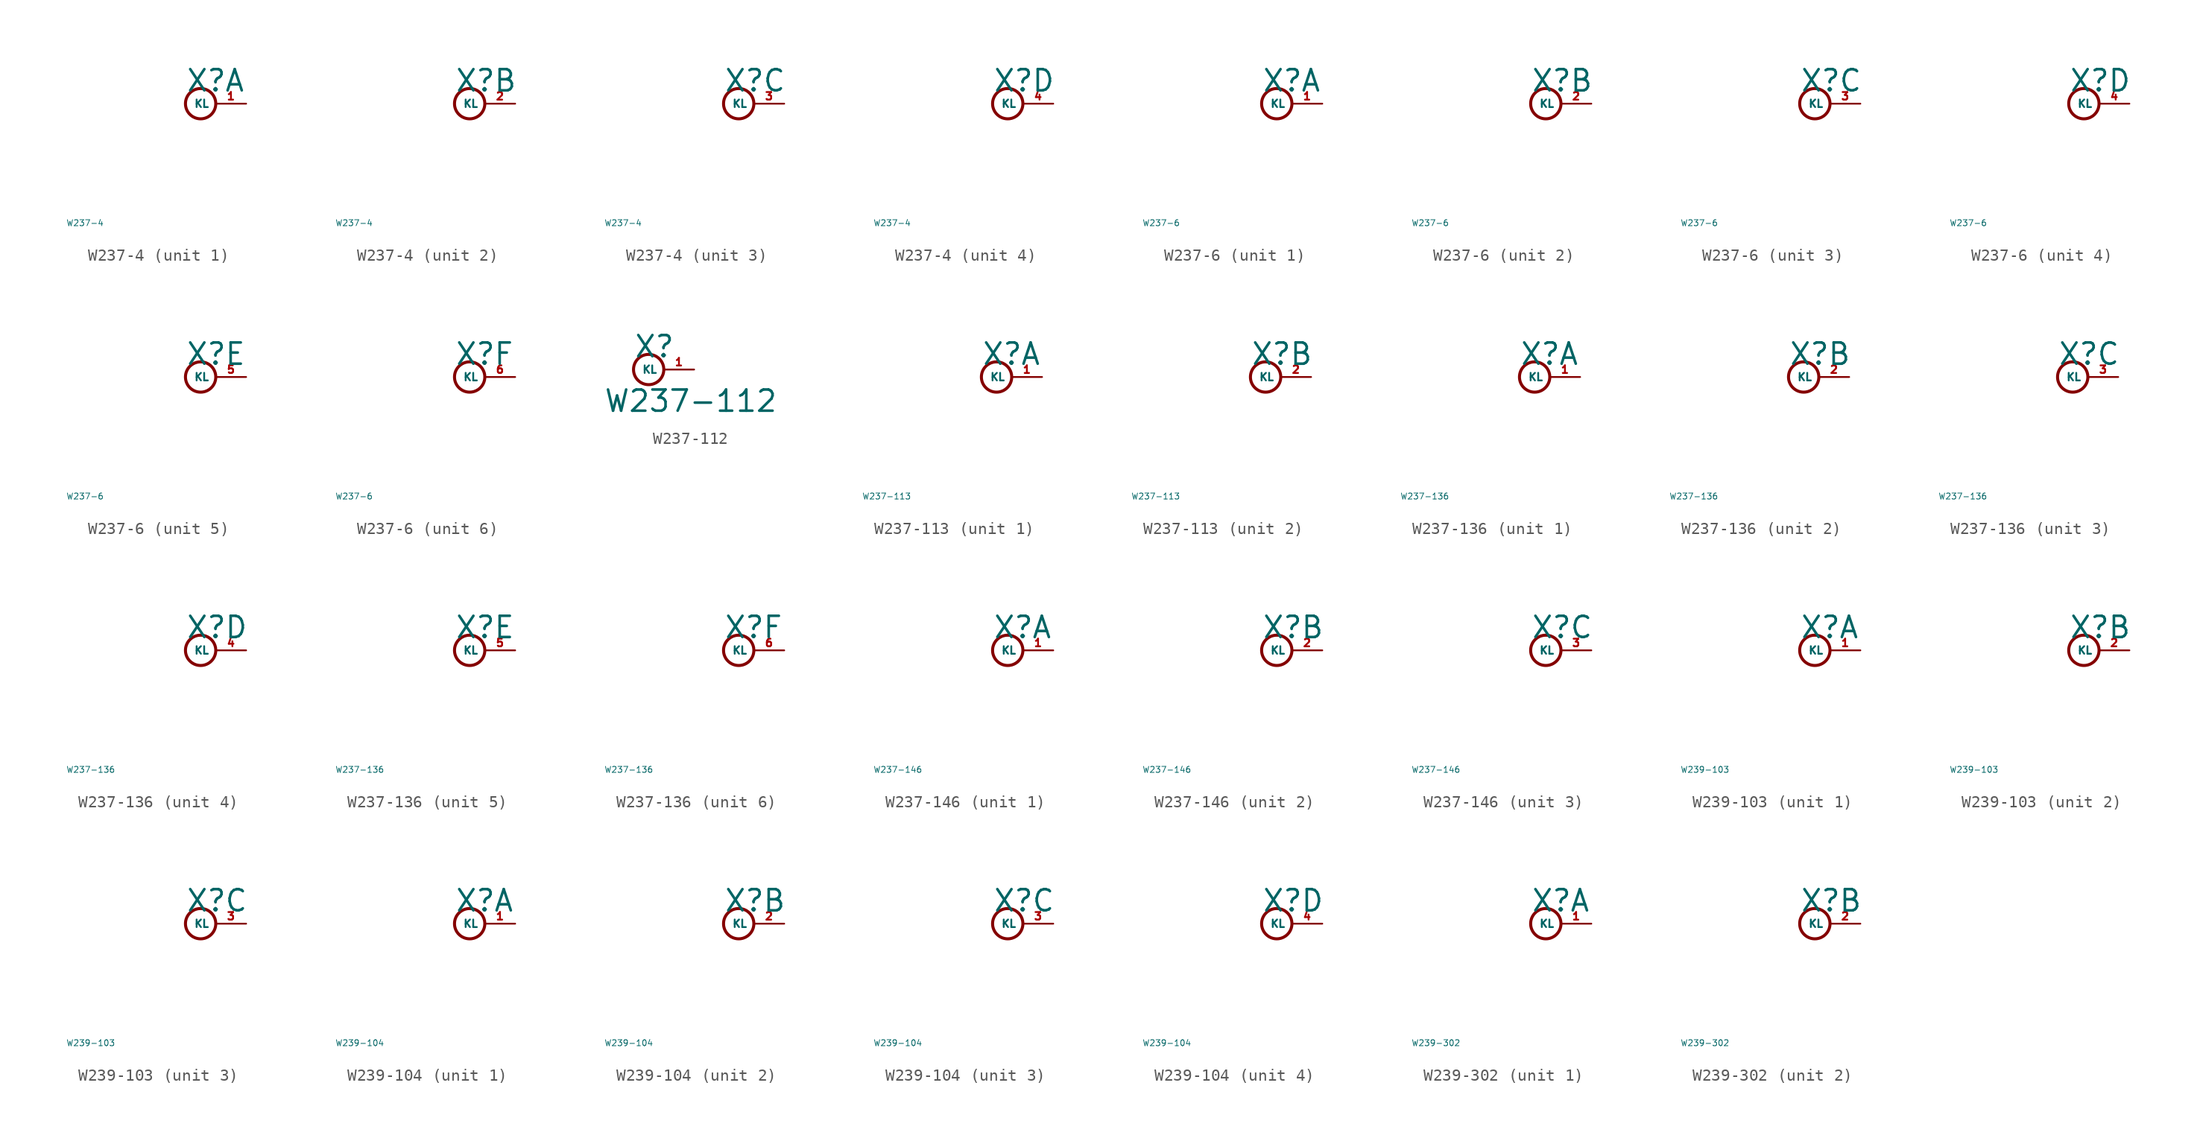
<source format=kicad_sym>
(kicad_symbol_lib
  (version 20220914)
  (generator Eagle2Kicad)
  (symbol "W237-4"
    (property "Reference" "X"
      (at 0 0.889 0)
      (effects (font (size 1.778 1.778) (thickness 0.22)) (justify left bottom)))
    (property "Value" "W237-4"
      (at -10 -10 0)
      (effects (font (size 0.5 0.5) (thickness 0.06)) (justify left)))
    (symbol "W237-4_1_0"
      (circle (center 1.27 0) (radius 1.27) (stroke (width 0.254) (type default)) (fill (type none)))
      (pin passive line (at 5.08 0 180) (length 2.54) (name "KL" (effects (font (size 0.635 0.635) (thickness 0.08)) (justify left bottom))) (number "1" (effects (font (size 0.635 0.635) (thickness 0.08)) (justify left bottom)))))
    (symbol "W237-4_2_0"
      (circle (center 1.27 0) (radius 1.27) (stroke (width 0.254) (type default)) (fill (type none)))
      (pin passive line (at 5.08 0 180) (length 2.54) (name "KL" (effects (font (size 0.635 0.635) (thickness 0.08)) (justify left bottom))) (number "2" (effects (font (size 0.635 0.635) (thickness 0.08)) (justify left bottom)))))
    (symbol "W237-4_3_0"
      (circle (center 1.27 0) (radius 1.27) (stroke (width 0.254) (type default)) (fill (type none)))
      (pin passive line (at 5.08 0 180) (length 2.54) (name "KL" (effects (font (size 0.635 0.635) (thickness 0.08)) (justify left bottom))) (number "3" (effects (font (size 0.635 0.635) (thickness 0.08)) (justify left bottom)))))
    (symbol "W237-4_4_0"
      (circle (center 1.27 0) (radius 1.27) (stroke (width 0.254) (type default)) (fill (type none)))
      (pin passive line (at 5.08 0 180) (length 2.54) (name "KL" (effects (font (size 0.635 0.635) (thickness 0.08)) (justify left bottom))) (number "4" (effects (font (size 0.635 0.635) (thickness 0.08)) (justify left bottom))))))
  (symbol "W237-6"
    (property "Reference" "X"
      (at 0 0.889 0)
      (effects (font (size 1.778 1.778) (thickness 0.22)) (justify left bottom)))
    (property "Value" "W237-6"
      (at -10 -10 0)
      (effects (font (size 0.5 0.5) (thickness 0.06)) (justify left)))
    (symbol "W237-6_1_0"
      (circle (center 1.27 0) (radius 1.27) (stroke (width 0.254) (type default)) (fill (type none)))
      (pin passive line (at 5.08 0 180) (length 2.54) (name "KL" (effects (font (size 0.635 0.635) (thickness 0.08)) (justify left bottom))) (number "1" (effects (font (size 0.635 0.635) (thickness 0.08)) (justify left bottom)))))
    (symbol "W237-6_2_0"
      (circle (center 1.27 0) (radius 1.27) (stroke (width 0.254) (type default)) (fill (type none)))
      (pin passive line (at 5.08 0 180) (length 2.54) (name "KL" (effects (font (size 0.635 0.635) (thickness 0.08)) (justify left bottom))) (number "2" (effects (font (size 0.635 0.635) (thickness 0.08)) (justify left bottom)))))
    (symbol "W237-6_3_0"
      (circle (center 1.27 0) (radius 1.27) (stroke (width 0.254) (type default)) (fill (type none)))
      (pin passive line (at 5.08 0 180) (length 2.54) (name "KL" (effects (font (size 0.635 0.635) (thickness 0.08)) (justify left bottom))) (number "3" (effects (font (size 0.635 0.635) (thickness 0.08)) (justify left bottom)))))
    (symbol "W237-6_4_0"
      (circle (center 1.27 0) (radius 1.27) (stroke (width 0.254) (type default)) (fill (type none)))
      (pin passive line (at 5.08 0 180) (length 2.54) (name "KL" (effects (font (size 0.635 0.635) (thickness 0.08)) (justify left bottom))) (number "4" (effects (font (size 0.635 0.635) (thickness 0.08)) (justify left bottom)))))
    (symbol "W237-6_5_0"
      (circle (center 1.27 0) (radius 1.27) (stroke (width 0.254) (type default)) (fill (type none)))
      (pin passive line (at 5.08 0 180) (length 2.54) (name "KL" (effects (font (size 0.635 0.635) (thickness 0.08)) (justify left bottom))) (number "5" (effects (font (size 0.635 0.635) (thickness 0.08)) (justify left bottom)))))
    (symbol "W237-6_6_0"
      (circle (center 1.27 0) (radius 1.27) (stroke (width 0.254) (type default)) (fill (type none)))
      (pin passive line (at 5.08 0 180) (length 2.54) (name "KL" (effects (font (size 0.635 0.635) (thickness 0.08)) (justify left bottom))) (number "6" (effects (font (size 0.635 0.635) (thickness 0.08)) (justify left bottom))))))
  (symbol "W237-112"
    (property "Reference" "X"
      (at 0 0.889 0)
      (effects (font (size 1.778 1.778) (thickness 0.22)) (justify left bottom)))
    (property "Value" "W237-112"
      (at -2.54 -3.683 0)
      (effects (font (size 1.778 1.778) (thickness 0.22)) (justify left bottom)))
    (circle
      (center 1.27 0)
      (radius 1.27)
      (stroke (width 0.254) (type default))
      (fill (type none)))
    (pin passive line
      (at 5.08 0 180)
      (length 2.54)
      (name "KL" (effects (font (size 0.635 0.635) (thickness 0.08)) (justify left bottom)))
      (number "1" (effects (font (size 0.635 0.635) (thickness 0.08)) (justify left bottom)))))
  (symbol "W237-113"
    (property "Reference" "X"
      (at 0 0.889 0)
      (effects (font (size 1.778 1.778) (thickness 0.22)) (justify left bottom)))
    (property "Value" "W237-113"
      (at -10 -10 0)
      (effects (font (size 0.5 0.5) (thickness 0.06)) (justify left)))
    (symbol "W237-113_1_0"
      (circle (center 1.27 0) (radius 1.27) (stroke (width 0.254) (type default)) (fill (type none)))
      (pin passive line (at 5.08 0 180) (length 2.54) (name "KL" (effects (font (size 0.635 0.635) (thickness 0.08)) (justify left bottom))) (number "1" (effects (font (size 0.635 0.635) (thickness 0.08)) (justify left bottom)))))
    (symbol "W237-113_2_0"
      (circle (center 1.27 0) (radius 1.27) (stroke (width 0.254) (type default)) (fill (type none)))
      (pin passive line (at 5.08 0 180) (length 2.54) (name "KL" (effects (font (size 0.635 0.635) (thickness 0.08)) (justify left bottom))) (number "2" (effects (font (size 0.635 0.635) (thickness 0.08)) (justify left bottom))))))
  (symbol "W237-136"
    (property "Reference" "X"
      (at 0 0.889 0)
      (effects (font (size 1.778 1.778) (thickness 0.22)) (justify left bottom)))
    (property "Value" "W237-136"
      (at -10 -10 0)
      (effects (font (size 0.5 0.5) (thickness 0.06)) (justify left)))
    (symbol "W237-136_1_0"
      (circle (center 1.27 0) (radius 1.27) (stroke (width 0.254) (type default)) (fill (type none)))
      (pin passive line (at 5.08 0 180) (length 2.54) (name "KL" (effects (font (size 0.635 0.635) (thickness 0.08)) (justify left bottom))) (number "1" (effects (font (size 0.635 0.635) (thickness 0.08)) (justify left bottom)))))
    (symbol "W237-136_2_0"
      (circle (center 1.27 0) (radius 1.27) (stroke (width 0.254) (type default)) (fill (type none)))
      (pin passive line (at 5.08 0 180) (length 2.54) (name "KL" (effects (font (size 0.635 0.635) (thickness 0.08)) (justify left bottom))) (number "2" (effects (font (size 0.635 0.635) (thickness 0.08)) (justify left bottom)))))
    (symbol "W237-136_3_0"
      (circle (center 1.27 0) (radius 1.27) (stroke (width 0.254) (type default)) (fill (type none)))
      (pin passive line (at 5.08 0 180) (length 2.54) (name "KL" (effects (font (size 0.635 0.635) (thickness 0.08)) (justify left bottom))) (number "3" (effects (font (size 0.635 0.635) (thickness 0.08)) (justify left bottom)))))
    (symbol "W237-136_4_0"
      (circle (center 1.27 0) (radius 1.27) (stroke (width 0.254) (type default)) (fill (type none)))
      (pin passive line (at 5.08 0 180) (length 2.54) (name "KL" (effects (font (size 0.635 0.635) (thickness 0.08)) (justify left bottom))) (number "4" (effects (font (size 0.635 0.635) (thickness 0.08)) (justify left bottom)))))
    (symbol "W237-136_5_0"
      (circle (center 1.27 0) (radius 1.27) (stroke (width 0.254) (type default)) (fill (type none)))
      (pin passive line (at 5.08 0 180) (length 2.54) (name "KL" (effects (font (size 0.635 0.635) (thickness 0.08)) (justify left bottom))) (number "5" (effects (font (size 0.635 0.635) (thickness 0.08)) (justify left bottom)))))
    (symbol "W237-136_6_0"
      (circle (center 1.27 0) (radius 1.27) (stroke (width 0.254) (type default)) (fill (type none)))
      (pin passive line (at 5.08 0 180) (length 2.54) (name "KL" (effects (font (size 0.635 0.635) (thickness 0.08)) (justify left bottom))) (number "6" (effects (font (size 0.635 0.635) (thickness 0.08)) (justify left bottom))))))
  (symbol "W237-146"
    (property "Reference" "X"
      (at 0 0.889 0)
      (effects (font (size 1.778 1.778) (thickness 0.22)) (justify left bottom)))
    (property "Value" "W237-146"
      (at -10 -10 0)
      (effects (font (size 0.5 0.5) (thickness 0.06)) (justify left)))
    (symbol "W237-146_1_0"
      (circle (center 1.27 0) (radius 1.27) (stroke (width 0.254) (type default)) (fill (type none)))
      (pin passive line (at 5.08 0 180) (length 2.54) (name "KL" (effects (font (size 0.635 0.635) (thickness 0.08)) (justify left bottom))) (number "1" (effects (font (size 0.635 0.635) (thickness 0.08)) (justify left bottom)))))
    (symbol "W237-146_2_0"
      (circle (center 1.27 0) (radius 1.27) (stroke (width 0.254) (type default)) (fill (type none)))
      (pin passive line (at 5.08 0 180) (length 2.54) (name "KL" (effects (font (size 0.635 0.635) (thickness 0.08)) (justify left bottom))) (number "2" (effects (font (size 0.635 0.635) (thickness 0.08)) (justify left bottom)))))
    (symbol "W237-146_3_0"
      (circle (center 1.27 0) (radius 1.27) (stroke (width 0.254) (type default)) (fill (type none)))
      (pin passive line (at 5.08 0 180) (length 2.54) (name "KL" (effects (font (size 0.635 0.635) (thickness 0.08)) (justify left bottom))) (number "3" (effects (font (size 0.635 0.635) (thickness 0.08)) (justify left bottom))))))
  (symbol "W239-103"
    (property "Reference" "X"
      (at 0 0.889 0)
      (effects (font (size 1.778 1.778) (thickness 0.22)) (justify left bottom)))
    (property "Value" "W239-103"
      (at -10 -10 0)
      (effects (font (size 0.5 0.5) (thickness 0.06)) (justify left)))
    (symbol "W239-103_1_0"
      (circle (center 1.27 0) (radius 1.27) (stroke (width 0.254) (type default)) (fill (type none)))
      (pin passive line (at 5.08 0 180) (length 2.54) (name "KL" (effects (font (size 0.635 0.635) (thickness 0.08)) (justify left bottom))) (number "1" (effects (font (size 0.635 0.635) (thickness 0.08)) (justify left bottom)))))
    (symbol "W239-103_2_0"
      (circle (center 1.27 0) (radius 1.27) (stroke (width 0.254) (type default)) (fill (type none)))
      (pin passive line (at 5.08 0 180) (length 2.54) (name "KL" (effects (font (size 0.635 0.635) (thickness 0.08)) (justify left bottom))) (number "2" (effects (font (size 0.635 0.635) (thickness 0.08)) (justify left bottom)))))
    (symbol "W239-103_3_0"
      (circle (center 1.27 0) (radius 1.27) (stroke (width 0.254) (type default)) (fill (type none)))
      (pin passive line (at 5.08 0 180) (length 2.54) (name "KL" (effects (font (size 0.635 0.635) (thickness 0.08)) (justify left bottom))) (number "3" (effects (font (size 0.635 0.635) (thickness 0.08)) (justify left bottom))))))
  (symbol "W239-104"
    (property "Reference" "X"
      (at 0 0.889 0)
      (effects (font (size 1.778 1.778) (thickness 0.22)) (justify left bottom)))
    (property "Value" "W239-104"
      (at -10 -10 0)
      (effects (font (size 0.5 0.5) (thickness 0.06)) (justify left)))
    (symbol "W239-104_1_0"
      (circle (center 1.27 0) (radius 1.27) (stroke (width 0.254) (type default)) (fill (type none)))
      (pin passive line (at 5.08 0 180) (length 2.54) (name "KL" (effects (font (size 0.635 0.635) (thickness 0.08)) (justify left bottom))) (number "1" (effects (font (size 0.635 0.635) (thickness 0.08)) (justify left bottom)))))
    (symbol "W239-104_2_0"
      (circle (center 1.27 0) (radius 1.27) (stroke (width 0.254) (type default)) (fill (type none)))
      (pin passive line (at 5.08 0 180) (length 2.54) (name "KL" (effects (font (size 0.635 0.635) (thickness 0.08)) (justify left bottom))) (number "2" (effects (font (size 0.635 0.635) (thickness 0.08)) (justify left bottom)))))
    (symbol "W239-104_3_0"
      (circle (center 1.27 0) (radius 1.27) (stroke (width 0.254) (type default)) (fill (type none)))
      (pin passive line (at 5.08 0 180) (length 2.54) (name "KL" (effects (font (size 0.635 0.635) (thickness 0.08)) (justify left bottom))) (number "3" (effects (font (size 0.635 0.635) (thickness 0.08)) (justify left bottom)))))
    (symbol "W239-104_4_0"
      (circle (center 1.27 0) (radius 1.27) (stroke (width 0.254) (type default)) (fill (type none)))
      (pin passive line (at 5.08 0 180) (length 2.54) (name "KL" (effects (font (size 0.635 0.635) (thickness 0.08)) (justify left bottom))) (number "4" (effects (font (size 0.635 0.635) (thickness 0.08)) (justify left bottom))))))
  (symbol "W239-302"
    (property "Reference" "X"
      (at 0 0.889 0)
      (effects (font (size 1.778 1.778) (thickness 0.22)) (justify left bottom)))
    (property "Value" "W239-302"
      (at -10 -10 0)
      (effects (font (size 0.5 0.5) (thickness 0.06)) (justify left)))
    (symbol "W239-302_1_0"
      (circle (center 1.27 0) (radius 1.27) (stroke (width 0.254) (type default)) (fill (type none)))
      (pin passive line (at 5.08 0 180) (length 2.54) (name "KL" (effects (font (size 0.635 0.635) (thickness 0.08)) (justify left bottom))) (number "1" (effects (font (size 0.635 0.635) (thickness 0.08)) (justify left bottom)))))
    (symbol "W239-302_2_0"
      (circle (center 1.27 0) (radius 1.27) (stroke (width 0.254) (type default)) (fill (type none)))
      (pin passive line (at 5.08 0 180) (length 2.54) (name "KL" (effects (font (size 0.635 0.635) (thickness 0.08)) (justify left bottom))) (number "2" (effects (font (size 0.635 0.635) (thickness 0.08)) (justify left bottom)))))))
</source>
